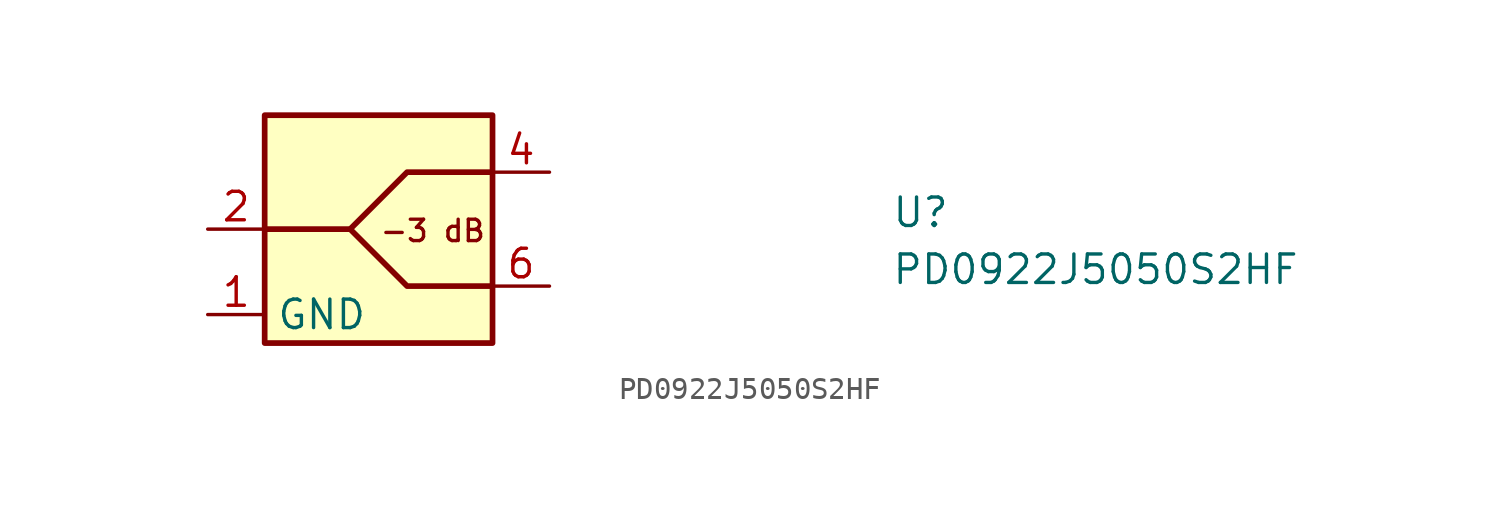
<source format=kicad_sym>
(kicad_symbol_lib
  (version 20211014)
  (generator kicad_symbol_editor)
  (symbol "PD0922J5050S2HF"
    (property "Reference" "U"
      (at 30.48 -2.54 0)
      (effects (font (size 1.27 1.27) (thickness 0.15)) (justify left bottom)))
    (property "Value" "PD0922J5050S2HF"
      (at 30.48 -5.08 0)
      (effects (font (size 1.27 1.27) (thickness 0.15)) (justify left bottom)))
    (symbol "PD0922J5050S2HF_1_1"
      (polyline (pts (xy 6.35 -2.54) (xy 8.89 -5.08) (xy 12.7 -5.08)) (stroke (width 0.254) (type default) (color 0 0 0 0)) (fill (type background)))
      (polyline (pts (xy 2.54 -2.54) (xy 6.35 -2.54) (xy 8.89 0) (xy 12.7 0)) (stroke (width 0.254) (type default) (color 0 0 0 0)) (fill (type background)))
      (rectangle (start 2.54 2.54) (end 12.7 -7.62) (stroke (width 0.254) (type default) (color 0 0 0 0)) (fill (type background)))
      (text "-3 dB" (at 7.62 -3.175 0) (effects (font (size 0.953 0.953) (thickness 0.15)) (justify left bottom)))
      (pin power_in line (at 0 -6.35 0) (length 2.54) (name "GND" (effects (font (size 1.27 1.27)))) (number "1" (effects (font (size 1.27 1.27)))))
      (pin passive line (at 0 -2.54 0) (length 2.54) (name "~" (effects (font (size 1.27 1.27)))) (number "2" (effects (font (size 1.27 1.27)))))
      (pin passive line (at 0 -6.35 0) (length 2.54) hide (name "GND" (effects (font (size 1.27 1.27)))) (number "3" (effects (font (size 1.27 1.27)))))
      (pin passive line (at 15.24 0 180) (length 2.54) (name "~" (effects (font (size 1.27 1.27)))) (number "4" (effects (font (size 1.27 1.27)))))
      (pin passive line (at 0 -6.35 0) (length 2.54) hide (name "GND" (effects (font (size 1.27 1.27)))) (number "5" (effects (font (size 1.27 1.27)))))
      (pin passive line (at 15.24 -5.08 180) (length 2.54) (name "~" (effects (font (size 1.27 1.27)))) (number "6" (effects (font (size 1.27 1.27))))))))
</source>
